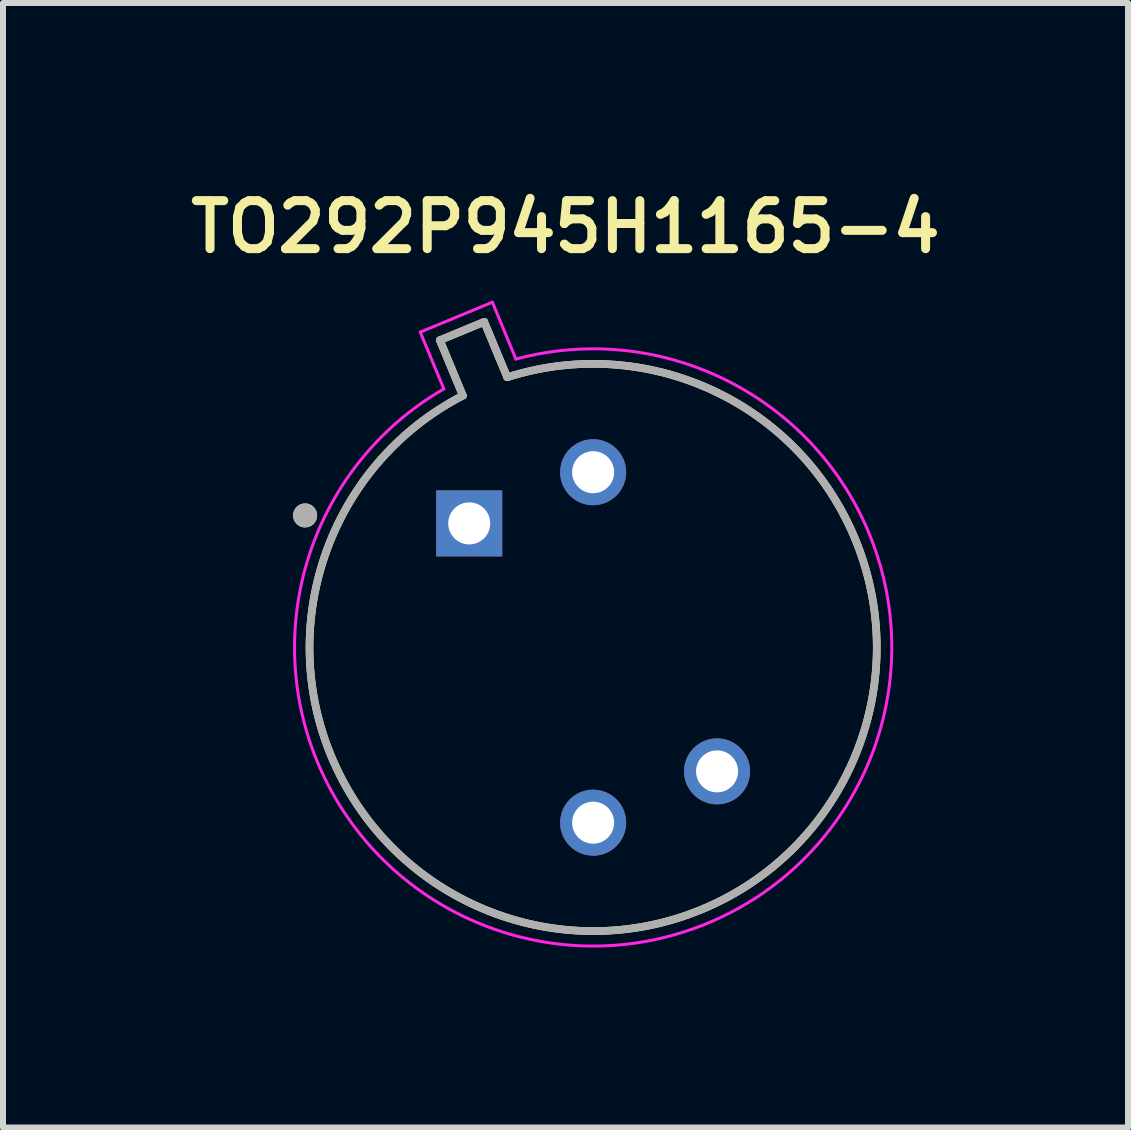
<source format=kicad_pcb>
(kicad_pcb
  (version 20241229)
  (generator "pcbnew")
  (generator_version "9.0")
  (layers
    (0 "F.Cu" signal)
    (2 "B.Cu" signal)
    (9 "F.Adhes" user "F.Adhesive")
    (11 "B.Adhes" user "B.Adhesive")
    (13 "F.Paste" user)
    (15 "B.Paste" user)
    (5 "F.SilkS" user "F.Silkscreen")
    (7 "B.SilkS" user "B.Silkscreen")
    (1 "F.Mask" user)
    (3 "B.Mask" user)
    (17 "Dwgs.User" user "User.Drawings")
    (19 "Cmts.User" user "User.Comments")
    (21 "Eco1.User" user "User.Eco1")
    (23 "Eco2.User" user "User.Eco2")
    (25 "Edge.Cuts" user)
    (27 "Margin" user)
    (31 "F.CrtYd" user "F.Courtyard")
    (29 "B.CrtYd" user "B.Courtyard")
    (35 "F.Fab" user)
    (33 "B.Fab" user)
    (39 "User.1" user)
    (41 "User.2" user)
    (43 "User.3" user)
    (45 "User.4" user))
  (footprint "TO292P945H1165-4"
    (layer "F.Cu")
    (at 6.834 7.739)
    (property "Reference" "TO292P945H1165-4" (at -0.46 -7.008 0) (layer "F.SilkS") (effects (font (size 0.8 0.8) (thickness 0.15))))
    (attr through_hole)
    (fp_line (start -2.554 -5.12) (end -2.171 -4.196) (stroke (width 0.127) (type solid)) (layer "F.SilkS"))
    (fp_line (start -2.554 -5.12) (end -1.815 -5.426) (stroke (width 0.127) (type solid)) (layer "F.SilkS"))
    (fp_line (start -1.432 -4.503) (end -1.815 -5.426) (stroke (width 0.127) (type solid)) (layer "F.SilkS"))
    (fp_arc (start -1.4319 -4.5027) (mid 1.808349 4.36607) (end -2.1714 -4.1964) (stroke (width 0.127) (type solid)) (layer "F.SilkS"))
    (fp_circle (center -4.8 -2.2) (end -4.7 -2.2) (stroke (width 0.2) (type solid)) (fill no) (layer "F.SilkS"))
    (fp_line (start -2.881 -5.255) (end -1.679 -5.753) (stroke (width 0.05) (type solid)) (layer "F.CrtYd"))
    (fp_line (start -2.488 -4.308) (end -2.881 -5.255) (stroke (width 0.05) (type solid)) (layer "F.CrtYd"))
    (fp_line (start -1.679 -5.753) (end -1.287 -4.806) (stroke (width 0.05) (type solid)) (layer "F.CrtYd"))
    (fp_arc (start -1.2868 -4.8057) (mid 1.904401 4.596434) (end -2.4882 -4.308) (stroke (width 0.05) (type solid)) (layer "F.CrtYd"))
    (fp_line (start -2.554 -5.12) (end -2.171 -4.196) (stroke (width 0.127) (type solid)) (layer "F.Fab"))
    (fp_line (start -2.554 -5.12) (end -1.815 -5.426) (stroke (width 0.127) (type solid)) (layer "F.Fab"))
    (fp_line (start -1.432 -4.503) (end -1.815 -5.426) (stroke (width 0.127) (type solid)) (layer "F.Fab"))
    (fp_arc (start -1.4319 -4.5027) (mid 1.808349 4.36607) (end -2.1714 -4.1964) (stroke (width 0.127) (type solid)) (layer "F.Fab"))
    (fp_circle (center -4.8 -2.2) (end -4.7 -2.2) (stroke (width 0.2) (type solid)) (fill no) (layer "F.Fab"))
    (pad "1" thru_hole rect (at -2.065 -2.067) (size 1.1 1.1) (drill 0.7) (layers "*.Cu" "*.Mask"))
    (pad "2" thru_hole circle (at 0 2.92) (size 1.1 1.1) (drill 0.7) (layers "*.Cu" "*.Mask"))
    (pad "3" thru_hole circle (at 2.065 2.065) (size 1.1 1.1) (drill 0.7) (layers "*.Cu" "*.Mask"))
    (pad "4" thru_hole circle (at 0 -2.92) (size 1.1 1.1) (drill 0.7) (layers "*.Cu" "*.Mask")))
  (gr_rect
    (start -3 -3)
    (end 15.747 15.739)
    (stroke (width 0.1) (type default))
    (fill no)
    (layer "Edge.Cuts")))
</source>
